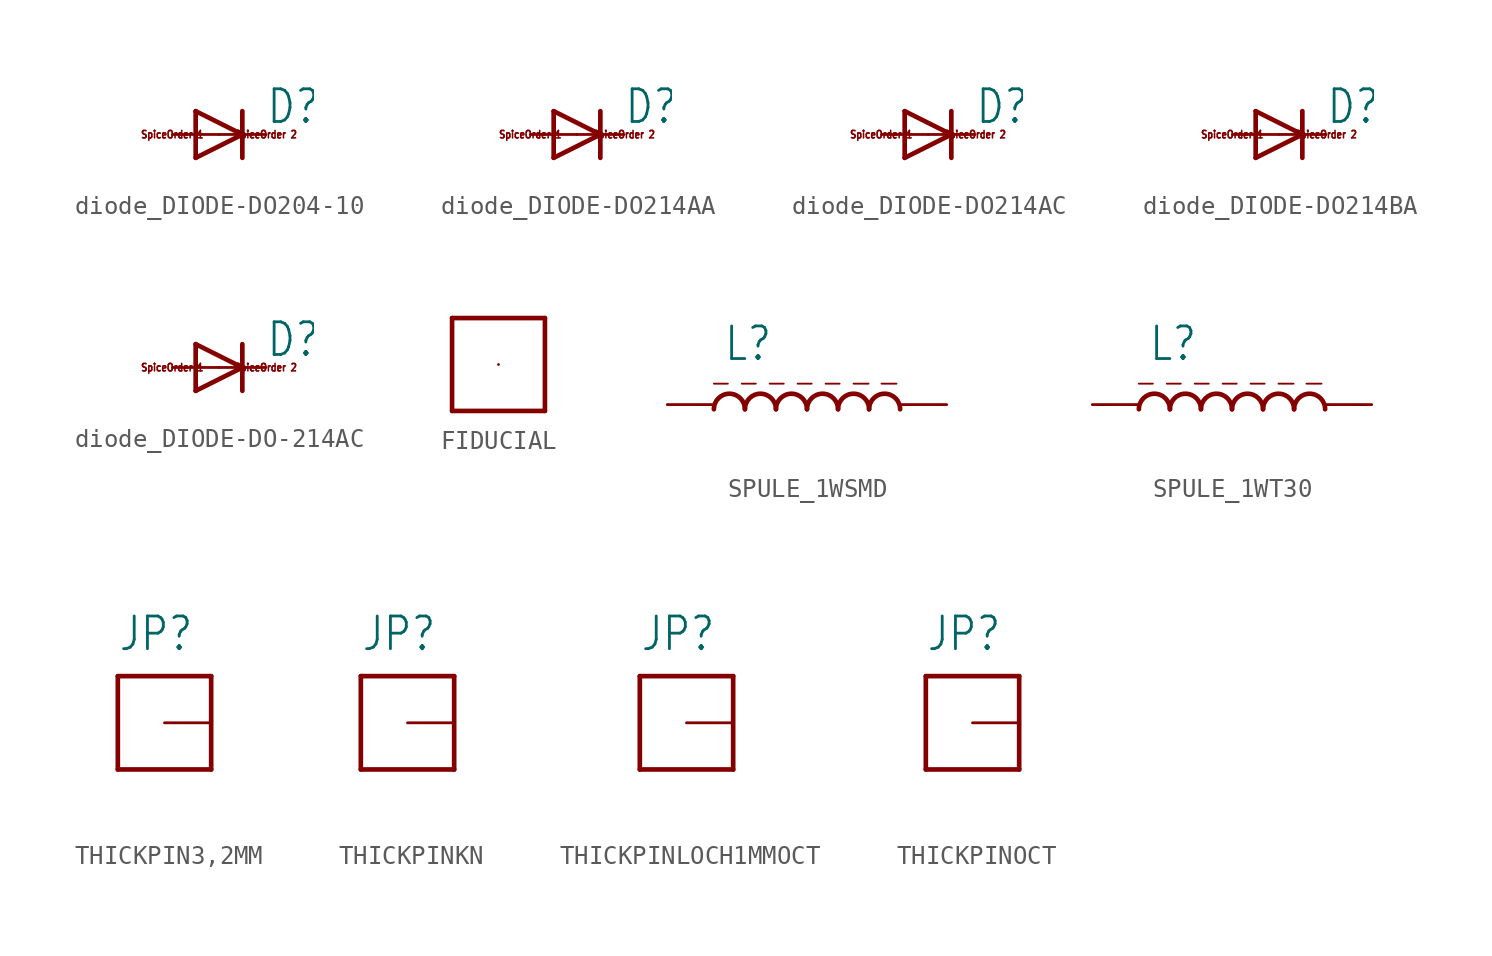
<source format=kicad_sym>
(kicad_symbol_lib
  (version 20231120)
  (generator "kicad_symbol_editor")
  (generator_version "8.0")
  (symbol "diode_DIODE-DO204-10"
    (property "Reference" "D"
      (at 2.54 0.483 0)
      (effects (font (size 1.778 1.511)) (justify left bottom)))
    (property "Value" ""
      (at 2.54 -2.311 0)
      (effects (font (size 1.778 1.511)) (justify left bottom)))
    (property "ki_locked" ""
      (at 0 0 0)
      (effects (font (size 1.27 1.27))))
    (symbol "diode_DIODE-DO204-10_1_0"
      (polyline (pts (xy -1.27 -1.27) (xy 1.27 0)) (stroke (width 0.254) (type solid)) (fill (type none)))
      (polyline (pts (xy -1.27 1.27) (xy -1.27 -1.27)) (stroke (width 0.254) (type solid)) (fill (type none)))
      (polyline (pts (xy 1.27 0) (xy -1.27 1.27)) (stroke (width 0.254) (type solid)) (fill (type none)))
      (polyline (pts (xy 1.27 0) (xy 1.27 -1.27)) (stroke (width 0.254) (type solid)) (fill (type none)))
      (polyline (pts (xy 1.27 1.27) (xy 1.27 0)) (stroke (width 0.254) (type solid)) (fill (type none)))
      (text "SpiceOrder 1" (at -2.54 0 0) (effects (font (size 0.406 0.345))))
      (text "SpiceOrder 2" (at 2.54 0 0) (effects (font (size 0.406 0.345))))
      (pin passive line (at -2.54 0 0) (length 2.54) (name "A" (effects (font (size 0 0)))) (number "A" (effects (font (size 0 0)))))
      (pin passive line (at 2.54 0 180) (length 2.54) (name "C" (effects (font (size 0 0)))) (number "C" (effects (font (size 0 0)))))))
  (symbol "diode_DIODE-DO214AA"
    (property "Reference" "D"
      (at 2.54 0.483 0)
      (effects (font (size 1.778 1.511)) (justify left bottom)))
    (property "Value" ""
      (at 2.54 -2.311 0)
      (effects (font (size 1.778 1.511)) (justify left bottom)))
    (property "ki_locked" ""
      (at 0 0 0)
      (effects (font (size 1.27 1.27))))
    (symbol "diode_DIODE-DO214AA_1_0"
      (polyline (pts (xy -1.27 -1.27) (xy 1.27 0)) (stroke (width 0.254) (type solid)) (fill (type none)))
      (polyline (pts (xy -1.27 1.27) (xy -1.27 -1.27)) (stroke (width 0.254) (type solid)) (fill (type none)))
      (polyline (pts (xy 1.27 0) (xy -1.27 1.27)) (stroke (width 0.254) (type solid)) (fill (type none)))
      (polyline (pts (xy 1.27 0) (xy 1.27 -1.27)) (stroke (width 0.254) (type solid)) (fill (type none)))
      (polyline (pts (xy 1.27 1.27) (xy 1.27 0)) (stroke (width 0.254) (type solid)) (fill (type none)))
      (text "SpiceOrder 1" (at -2.54 0 0) (effects (font (size 0.406 0.345))))
      (text "SpiceOrder 2" (at 2.54 0 0) (effects (font (size 0.406 0.345))))
      (pin passive line (at -2.54 0 0) (length 2.54) (name "A" (effects (font (size 0 0)))) (number "A" (effects (font (size 0 0)))))
      (pin passive line (at 2.54 0 180) (length 2.54) (name "C" (effects (font (size 0 0)))) (number "C" (effects (font (size 0 0)))))))
  (symbol "diode_DIODE-DO214AC"
    (property "Reference" "D"
      (at 2.54 0.483 0)
      (effects (font (size 1.778 1.511)) (justify left bottom)))
    (property "Value" ""
      (at 2.54 -2.311 0)
      (effects (font (size 1.778 1.511)) (justify left bottom)))
    (property "ki_locked" ""
      (at 0 0 0)
      (effects (font (size 1.27 1.27))))
    (symbol "diode_DIODE-DO214AC_1_0"
      (polyline (pts (xy -1.27 -1.27) (xy 1.27 0)) (stroke (width 0.254) (type solid)) (fill (type none)))
      (polyline (pts (xy -1.27 1.27) (xy -1.27 -1.27)) (stroke (width 0.254) (type solid)) (fill (type none)))
      (polyline (pts (xy 1.27 0) (xy -1.27 1.27)) (stroke (width 0.254) (type solid)) (fill (type none)))
      (polyline (pts (xy 1.27 0) (xy 1.27 -1.27)) (stroke (width 0.254) (type solid)) (fill (type none)))
      (polyline (pts (xy 1.27 1.27) (xy 1.27 0)) (stroke (width 0.254) (type solid)) (fill (type none)))
      (text "SpiceOrder 1" (at -2.54 0 0) (effects (font (size 0.406 0.345))))
      (text "SpiceOrder 2" (at 2.54 0 0) (effects (font (size 0.406 0.345))))
      (pin passive line (at -2.54 0 0) (length 2.54) (name "A" (effects (font (size 0 0)))) (number "A" (effects (font (size 0 0)))))
      (pin passive line (at 2.54 0 180) (length 2.54) (name "C" (effects (font (size 0 0)))) (number "C" (effects (font (size 0 0)))))))
  (symbol "diode_DIODE-DO214BA"
    (property "Reference" "D"
      (at 2.54 0.483 0)
      (effects (font (size 1.778 1.511)) (justify left bottom)))
    (property "Value" ""
      (at 2.54 -2.311 0)
      (effects (font (size 1.778 1.511)) (justify left bottom)))
    (property "ki_locked" ""
      (at 0 0 0)
      (effects (font (size 1.27 1.27))))
    (symbol "diode_DIODE-DO214BA_1_0"
      (polyline (pts (xy -1.27 -1.27) (xy 1.27 0)) (stroke (width 0.254) (type solid)) (fill (type none)))
      (polyline (pts (xy -1.27 1.27) (xy -1.27 -1.27)) (stroke (width 0.254) (type solid)) (fill (type none)))
      (polyline (pts (xy 1.27 0) (xy -1.27 1.27)) (stroke (width 0.254) (type solid)) (fill (type none)))
      (polyline (pts (xy 1.27 0) (xy 1.27 -1.27)) (stroke (width 0.254) (type solid)) (fill (type none)))
      (polyline (pts (xy 1.27 1.27) (xy 1.27 0)) (stroke (width 0.254) (type solid)) (fill (type none)))
      (text "SpiceOrder 1" (at -2.54 0 0) (effects (font (size 0.406 0.345))))
      (text "SpiceOrder 2" (at 2.54 0 0) (effects (font (size 0.406 0.345))))
      (pin passive line (at -2.54 0 0) (length 2.54) (name "A" (effects (font (size 0 0)))) (number "A" (effects (font (size 0 0)))))
      (pin passive line (at 2.54 0 180) (length 2.54) (name "C" (effects (font (size 0 0)))) (number "C" (effects (font (size 0 0)))))))
  (symbol "diode_DIODE-DO-214AC"
    (property "Reference" "D"
      (at 2.54 0.483 0)
      (effects (font (size 1.778 1.511)) (justify left bottom)))
    (property "Value" ""
      (at 2.54 -2.311 0)
      (effects (font (size 1.778 1.511)) (justify left bottom)))
    (property "ki_locked" ""
      (at 0 0 0)
      (effects (font (size 1.27 1.27))))
    (symbol "diode_DIODE-DO-214AC_1_0"
      (polyline (pts (xy -1.27 -1.27) (xy 1.27 0)) (stroke (width 0.254) (type solid)) (fill (type none)))
      (polyline (pts (xy -1.27 1.27) (xy -1.27 -1.27)) (stroke (width 0.254) (type solid)) (fill (type none)))
      (polyline (pts (xy 1.27 0) (xy -1.27 1.27)) (stroke (width 0.254) (type solid)) (fill (type none)))
      (polyline (pts (xy 1.27 0) (xy 1.27 -1.27)) (stroke (width 0.254) (type solid)) (fill (type none)))
      (polyline (pts (xy 1.27 1.27) (xy 1.27 0)) (stroke (width 0.254) (type solid)) (fill (type none)))
      (text "SpiceOrder 1" (at -2.54 0 0) (effects (font (size 0.406 0.345))))
      (text "SpiceOrder 2" (at 2.54 0 0) (effects (font (size 0.406 0.345))))
      (pin passive line (at -2.54 0 0) (length 2.54) (name "A" (effects (font (size 0 0)))) (number "A" (effects (font (size 0 0)))))
      (pin passive line (at 2.54 0 180) (length 2.54) (name "C" (effects (font (size 0 0)))) (number "C" (effects (font (size 0 0)))))))
  (symbol "FIDUCIAL"
    (property "Reference" "FID"
      (at 0 0 0)
      (effects (font (size 1.27 1.27)) (hide yes)))
    (property "ki_locked" ""
      (at 0 0 0)
      (effects (font (size 1.27 1.27))))
    (symbol "FIDUCIAL_1_0"
      (polyline (pts (xy -2.54 -2.54) (xy -2.54 2.54)) (stroke (width 0.254) (type solid)) (fill (type none)))
      (polyline (pts (xy -2.54 2.54) (xy 2.54 2.54)) (stroke (width 0.254) (type solid)) (fill (type none)))
      (polyline (pts (xy 2.54 -2.54) (xy -2.54 -2.54)) (stroke (width 0.254) (type solid)) (fill (type none)))
      (polyline (pts (xy 2.54 2.54) (xy 2.54 -2.54)) (stroke (width 0.254) (type solid)) (fill (type none)))
      (pin bidirectional line (at 0 0 0) (length 0) (name "P$1" (effects (font (size 0 0)))) (number "P$1" (effects (font (size 0 0)))))))
  (symbol "SPULE_1WSMD"
    (property "Reference" "L"
      (at -4.572 2.286 0)
      (effects (font (size 1.778 1.511)) (justify left bottom)))
    (property "Value" ""
      (at -4.572 -2.794 0)
      (effects (font (size 1.778 1.511)) (justify left bottom)))
    (property "ki_locked" ""
      (at 0 0 0)
      (effects (font (size 1.27 1.27))))
    (symbol "SPULE_1WSMD_1_0"
      (arc (start -3.3866 -0.254) (mid -4.2333 0.5927) (end -5.08 -0.254) (stroke (width 0.254) (type solid)) (fill (type none)))
      (arc (start -1.6934 -0.254) (mid -2.54 0.5926) (end -3.3866 -0.254) (stroke (width 0.254) (type solid)) (fill (type none)))
      (arc (start 0 -0.254) (mid -0.8467 0.5927) (end -1.6934 -0.254) (stroke (width 0.254) (type solid)) (fill (type none)))
      (polyline (pts (xy -5.08 1.143) (xy -4.318 1.143)) (stroke (width 0.102) (type solid)) (fill (type none)))
      (polyline (pts (xy -3.556 1.143) (xy -2.794 1.143)) (stroke (width 0.102) (type solid)) (fill (type none)))
      (polyline (pts (xy -2.032 1.143) (xy -1.27 1.143)) (stroke (width 0.102) (type solid)) (fill (type none)))
      (polyline (pts (xy -0.508 1.143) (xy 0.254 1.143)) (stroke (width 0.102) (type solid)) (fill (type none)))
      (polyline (pts (xy 1.016 1.143) (xy 1.778 1.143)) (stroke (width 0.102) (type solid)) (fill (type none)))
      (polyline (pts (xy 2.54 1.143) (xy 3.356 1.143)) (stroke (width 0.102) (type solid)) (fill (type none)))
      (polyline (pts (xy 4.064 1.143) (xy 4.88 1.143)) (stroke (width 0.102) (type solid)) (fill (type none)))
      (arc (start 1.6934 -0.254) (mid 0.8467 0.5927) (end 0 -0.254) (stroke (width 0.254) (type solid)) (fill (type none)))
      (arc (start 3.3866 -0.254) (mid 2.5399 0.5927) (end 1.6932 -0.254) (stroke (width 0.254) (type solid)) (fill (type none)))
      (arc (start 5.08 -0.254) (mid 4.2333 0.5927) (end 3.3866 -0.254) (stroke (width 0.254) (type solid)) (fill (type none)))
      (pin passive line (at 7.62 0 180) (length 2.54) (name "1" (effects (font (size 0 0)))) (number "P$1" (effects (font (size 0 0)))))
      (pin passive line (at -7.62 0 0) (length 2.54) (name "2" (effects (font (size 0 0)))) (number "P$2" (effects (font (size 0 0)))))))
  (symbol "SPULE_1WT30"
    (property "Reference" "L"
      (at -4.572 2.286 0)
      (effects (font (size 1.778 1.511)) (justify left bottom)))
    (property "Value" ""
      (at -4.572 -2.794 0)
      (effects (font (size 1.778 1.511)) (justify left bottom)))
    (property "ki_locked" ""
      (at 0 0 0)
      (effects (font (size 1.27 1.27))))
    (symbol "SPULE_1WT30_1_0"
      (arc (start -3.3866 -0.254) (mid -4.2333 0.5927) (end -5.08 -0.254) (stroke (width 0.254) (type solid)) (fill (type none)))
      (arc (start -1.6934 -0.254) (mid -2.54 0.5926) (end -3.3866 -0.254) (stroke (width 0.254) (type solid)) (fill (type none)))
      (arc (start 0 -0.254) (mid -0.8467 0.5927) (end -1.6934 -0.254) (stroke (width 0.254) (type solid)) (fill (type none)))
      (polyline (pts (xy -5.08 1.143) (xy -4.318 1.143)) (stroke (width 0.102) (type solid)) (fill (type none)))
      (polyline (pts (xy -3.556 1.143) (xy -2.794 1.143)) (stroke (width 0.102) (type solid)) (fill (type none)))
      (polyline (pts (xy -2.032 1.143) (xy -1.27 1.143)) (stroke (width 0.102) (type solid)) (fill (type none)))
      (polyline (pts (xy -0.508 1.143) (xy 0.254 1.143)) (stroke (width 0.102) (type solid)) (fill (type none)))
      (polyline (pts (xy 1.016 1.143) (xy 1.778 1.143)) (stroke (width 0.102) (type solid)) (fill (type none)))
      (polyline (pts (xy 2.54 1.143) (xy 3.356 1.143)) (stroke (width 0.102) (type solid)) (fill (type none)))
      (polyline (pts (xy 4.064 1.143) (xy 4.88 1.143)) (stroke (width 0.102) (type solid)) (fill (type none)))
      (arc (start 1.6934 -0.254) (mid 0.8467 0.5927) (end 0 -0.254) (stroke (width 0.254) (type solid)) (fill (type none)))
      (arc (start 3.3866 -0.254) (mid 2.5399 0.5927) (end 1.6932 -0.254) (stroke (width 0.254) (type solid)) (fill (type none)))
      (arc (start 5.08 -0.254) (mid 4.2333 0.5927) (end 3.3866 -0.254) (stroke (width 0.254) (type solid)) (fill (type none)))
      (pin passive line (at 7.62 0 180) (length 2.54) (name "1" (effects (font (size 0 0)))) (number "P$1" (effects (font (size 0 0)))))
      (pin passive line (at -7.62 0 0) (length 2.54) (name "2" (effects (font (size 0 0)))) (number "P$2" (effects (font (size 0 0)))))))
  (symbol "THICKPIN3,2MM"
    (property "Reference" "JP"
      (at -5.08 3.81 0)
      (effects (font (size 1.778 1.511)) (justify left bottom)))
    (property "Value" ""
      (at -5.08 -5.08 0)
      (effects (font (size 1.778 1.511)) (justify left bottom)))
    (property "ki_locked" ""
      (at 0 0 0)
      (effects (font (size 1.27 1.27))))
    (symbol "THICKPIN3,2MM_1_0"
      (polyline (pts (xy -5.08 -2.54) (xy -5.08 2.54)) (stroke (width 0.254) (type solid)) (fill (type none)))
      (polyline (pts (xy -5.08 2.54) (xy 0 2.54)) (stroke (width 0.254) (type solid)) (fill (type none)))
      (polyline (pts (xy 0 -2.54) (xy -5.08 -2.54)) (stroke (width 0.254) (type solid)) (fill (type none)))
      (polyline (pts (xy 0 2.54) (xy 0 -2.54)) (stroke (width 0.254) (type solid)) (fill (type none)))
      (pin bidirectional line (at -2.54 0 0) (length 2.54) (name "1" (effects (font (size 0 0)))) (number "P$1" (effects (font (size 0 0)))))))
  (symbol "THICKPINKN"
    (property "Reference" "JP"
      (at -5.08 3.81 0)
      (effects (font (size 1.778 1.511)) (justify left bottom)))
    (property "Value" ""
      (at -5.08 -5.08 0)
      (effects (font (size 1.778 1.511)) (justify left bottom)))
    (property "ki_locked" ""
      (at 0 0 0)
      (effects (font (size 1.27 1.27))))
    (symbol "THICKPINKN_1_0"
      (polyline (pts (xy -5.08 -2.54) (xy -5.08 2.54)) (stroke (width 0.254) (type solid)) (fill (type none)))
      (polyline (pts (xy -5.08 2.54) (xy 0 2.54)) (stroke (width 0.254) (type solid)) (fill (type none)))
      (polyline (pts (xy 0 -2.54) (xy -5.08 -2.54)) (stroke (width 0.254) (type solid)) (fill (type none)))
      (polyline (pts (xy 0 2.54) (xy 0 -2.54)) (stroke (width 0.254) (type solid)) (fill (type none)))
      (pin bidirectional line (at -2.54 0 0) (length 2.54) (name "1" (effects (font (size 0 0)))) (number "1" (effects (font (size 0 0)))))))
  (symbol "THICKPINLOCH1MMOCT"
    (property "Reference" "JP"
      (at -5.08 3.81 0)
      (effects (font (size 1.778 1.511)) (justify left bottom)))
    (property "Value" ""
      (at -5.08 -5.08 0)
      (effects (font (size 1.778 1.511)) (justify left bottom)))
    (property "ki_locked" ""
      (at 0 0 0)
      (effects (font (size 1.27 1.27))))
    (symbol "THICKPINLOCH1MMOCT_1_0"
      (polyline (pts (xy -5.08 -2.54) (xy -5.08 2.54)) (stroke (width 0.254) (type solid)) (fill (type none)))
      (polyline (pts (xy -5.08 2.54) (xy 0 2.54)) (stroke (width 0.254) (type solid)) (fill (type none)))
      (polyline (pts (xy 0 -2.54) (xy -5.08 -2.54)) (stroke (width 0.254) (type solid)) (fill (type none)))
      (polyline (pts (xy 0 2.54) (xy 0 -2.54)) (stroke (width 0.254) (type solid)) (fill (type none)))
      (pin bidirectional line (at -2.54 0 0) (length 2.54) (name "1" (effects (font (size 0 0)))) (number "P$1" (effects (font (size 0 0)))))))
  (symbol "THICKPINOCT"
    (property "Reference" "JP"
      (at -5.08 3.81 0)
      (effects (font (size 1.778 1.511)) (justify left bottom)))
    (property "Value" ""
      (at -5.08 -5.08 0)
      (effects (font (size 1.778 1.511)) (justify left bottom)))
    (property "ki_locked" ""
      (at 0 0 0)
      (effects (font (size 1.27 1.27))))
    (symbol "THICKPINOCT_1_0"
      (polyline (pts (xy -5.08 -2.54) (xy -5.08 2.54)) (stroke (width 0.254) (type solid)) (fill (type none)))
      (polyline (pts (xy -5.08 2.54) (xy 0 2.54)) (stroke (width 0.254) (type solid)) (fill (type none)))
      (polyline (pts (xy 0 -2.54) (xy -5.08 -2.54)) (stroke (width 0.254) (type solid)) (fill (type none)))
      (polyline (pts (xy 0 2.54) (xy 0 -2.54)) (stroke (width 0.254) (type solid)) (fill (type none)))
      (pin bidirectional line (at -2.54 0 0) (length 2.54) (name "1" (effects (font (size 0 0)))) (number "1" (effects (font (size 0 0))))))))
</source>
